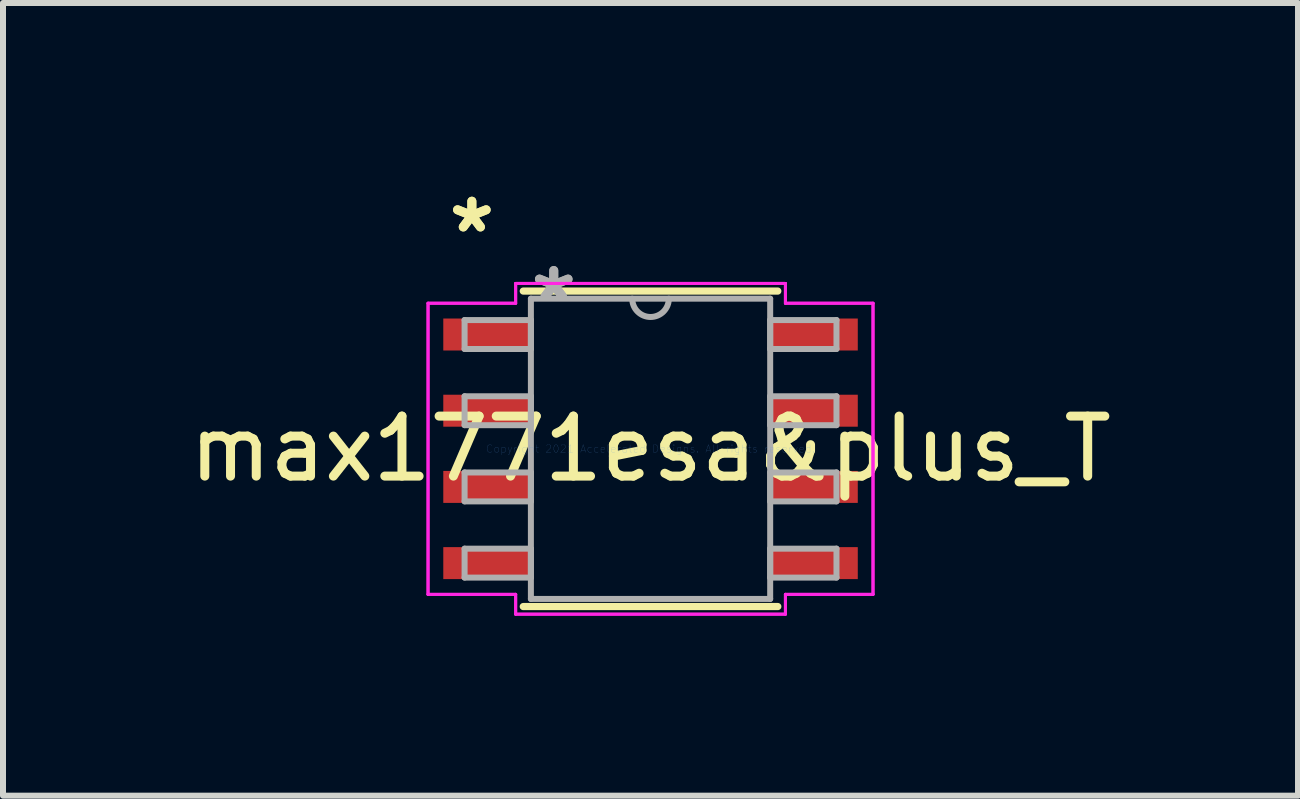
<source format=kicad_pcb>
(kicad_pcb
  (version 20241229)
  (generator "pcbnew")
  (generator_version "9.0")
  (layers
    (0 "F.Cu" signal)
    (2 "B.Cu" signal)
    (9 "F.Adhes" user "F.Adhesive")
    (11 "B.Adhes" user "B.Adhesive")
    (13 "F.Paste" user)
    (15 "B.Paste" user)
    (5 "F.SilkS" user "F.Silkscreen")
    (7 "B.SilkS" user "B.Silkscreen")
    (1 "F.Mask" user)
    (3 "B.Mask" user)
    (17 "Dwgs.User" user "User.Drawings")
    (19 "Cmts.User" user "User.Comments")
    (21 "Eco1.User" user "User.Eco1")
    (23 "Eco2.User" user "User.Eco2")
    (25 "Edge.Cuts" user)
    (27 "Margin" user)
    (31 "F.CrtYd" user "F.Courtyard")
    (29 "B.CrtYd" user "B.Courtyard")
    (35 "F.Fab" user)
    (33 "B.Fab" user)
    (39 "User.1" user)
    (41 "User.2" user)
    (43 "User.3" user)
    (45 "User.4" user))
  (footprint "max1771esa&plus_T"
    (layer "F.Cu")
    (at 7.792 4.43)
    (property "Reference" "max1771esa&plus_T" (at 0 0 0) (layer "F.SilkS") (effects (font (size 1 1) (thickness 0.15))))
    (attr through_hole)
    (fp_line (start -2.121 2.629) (end 2.121 2.629) (stroke (width 0.12) (type solid)) (layer "F.SilkS"))
    (fp_line (start 2.121 -2.629) (end -2.121 -2.629) (stroke (width 0.12) (type solid)) (layer "F.SilkS"))
    (fp_line (start -3.708 -2.426) (end -2.248 -2.426) (stroke (width 0.05) (type solid)) (layer "F.CrtYd"))
    (fp_line (start -3.708 -2.426) (end -2.248 -2.426) (stroke (width 0.05) (type solid)) (layer "F.CrtYd"))
    (fp_line (start -3.708 2.426) (end -3.708 -2.426) (stroke (width 0.05) (type solid)) (layer "F.CrtYd"))
    (fp_line (start -3.708 2.426) (end -3.708 -2.426) (stroke (width 0.05) (type solid)) (layer "F.CrtYd"))
    (fp_line (start -3.708 2.426) (end -2.248 2.426) (stroke (width 0.05) (type solid)) (layer "F.CrtYd"))
    (fp_line (start -2.248 -2.756) (end 2.248 -2.756) (stroke (width 0.05) (type solid)) (layer "F.CrtYd"))
    (fp_line (start -2.248 -2.756) (end 2.248 -2.756) (stroke (width 0.05) (type solid)) (layer "F.CrtYd"))
    (fp_line (start -2.248 -2.426) (end -2.248 -2.756) (stroke (width 0.05) (type solid)) (layer "F.CrtYd"))
    (fp_line (start -2.248 -2.426) (end -2.248 -2.756) (stroke (width 0.05) (type solid)) (layer "F.CrtYd"))
    (fp_line (start -2.248 2.426) (end -3.708 2.426) (stroke (width 0.05) (type solid)) (layer "F.CrtYd"))
    (fp_line (start -2.248 2.756) (end -2.248 2.426) (stroke (width 0.05) (type solid)) (layer "F.CrtYd"))
    (fp_line (start -2.248 2.756) (end -2.248 2.426) (stroke (width 0.05) (type solid)) (layer "F.CrtYd"))
    (fp_line (start 2.248 -2.756) (end 2.248 -2.426) (stroke (width 0.05) (type solid)) (layer "F.CrtYd"))
    (fp_line (start 2.248 -2.756) (end 2.248 -2.426) (stroke (width 0.05) (type solid)) (layer "F.CrtYd"))
    (fp_line (start 2.248 -2.426) (end 3.708 -2.426) (stroke (width 0.05) (type solid)) (layer "F.CrtYd"))
    (fp_line (start 2.248 2.426) (end 2.248 2.756) (stroke (width 0.05) (type solid)) (layer "F.CrtYd"))
    (fp_line (start 2.248 2.426) (end 2.248 2.756) (stroke (width 0.05) (type solid)) (layer "F.CrtYd"))
    (fp_line (start 2.248 2.756) (end -2.248 2.756) (stroke (width 0.05) (type solid)) (layer "F.CrtYd"))
    (fp_line (start 2.248 2.756) (end -2.248 2.756) (stroke (width 0.05) (type solid)) (layer "F.CrtYd"))
    (fp_line (start 3.708 -2.426) (end 2.248 -2.426) (stroke (width 0.05) (type solid)) (layer "F.CrtYd"))
    (fp_line (start 3.708 -2.426) (end 3.708 2.426) (stroke (width 0.05) (type solid)) (layer "F.CrtYd"))
    (fp_line (start 3.708 -2.426) (end 3.708 2.426) (stroke (width 0.05) (type solid)) (layer "F.CrtYd"))
    (fp_line (start 3.708 2.426) (end 2.248 2.426) (stroke (width 0.05) (type solid)) (layer "F.CrtYd"))
    (fp_line (start 3.708 2.426) (end 2.248 2.426) (stroke (width 0.05) (type solid)) (layer "F.CrtYd"))
    (fp_line (start -3.099 -2.146) (end -3.099 -1.664) (stroke (width 0.1) (type solid)) (layer "F.Fab"))
    (fp_line (start -3.099 -1.664) (end -1.994 -1.664) (stroke (width 0.1) (type solid)) (layer "F.Fab"))
    (fp_line (start -3.099 -0.876) (end -3.099 -0.394) (stroke (width 0.1) (type solid)) (layer "F.Fab"))
    (fp_line (start -3.099 -0.394) (end -1.994 -0.394) (stroke (width 0.1) (type solid)) (layer "F.Fab"))
    (fp_line (start -3.099 0.394) (end -3.099 0.876) (stroke (width 0.1) (type solid)) (layer "F.Fab"))
    (fp_line (start -3.099 0.876) (end -1.994 0.876) (stroke (width 0.1) (type solid)) (layer "F.Fab"))
    (fp_line (start -3.099 1.664) (end -3.099 2.146) (stroke (width 0.1) (type solid)) (layer "F.Fab"))
    (fp_line (start -3.099 2.146) (end -1.994 2.146) (stroke (width 0.1) (type solid)) (layer "F.Fab"))
    (fp_line (start -1.994 -2.502) (end -1.994 2.502) (stroke (width 0.1) (type solid)) (layer "F.Fab"))
    (fp_line (start -1.994 -2.146) (end -3.099 -2.146) (stroke (width 0.1) (type solid)) (layer "F.Fab"))
    (fp_line (start -1.994 -1.664) (end -1.994 -2.146) (stroke (width 0.1) (type solid)) (layer "F.Fab"))
    (fp_line (start -1.994 -0.876) (end -3.099 -0.876) (stroke (width 0.1) (type solid)) (layer "F.Fab"))
    (fp_line (start -1.994 -0.394) (end -1.994 -0.876) (stroke (width 0.1) (type solid)) (layer "F.Fab"))
    (fp_line (start -1.994 0.394) (end -3.099 0.394) (stroke (width 0.1) (type solid)) (layer "F.Fab"))
    (fp_line (start -1.994 0.876) (end -1.994 0.394) (stroke (width 0.1) (type solid)) (layer "F.Fab"))
    (fp_line (start -1.994 1.664) (end -3.099 1.664) (stroke (width 0.1) (type solid)) (layer "F.Fab"))
    (fp_line (start -1.994 2.146) (end -1.994 1.664) (stroke (width 0.1) (type solid)) (layer "F.Fab"))
    (fp_line (start -1.994 2.502) (end 1.994 2.502) (stroke (width 0.1) (type solid)) (layer "F.Fab"))
    (fp_line (start 1.994 -2.502) (end -1.994 -2.502) (stroke (width 0.1) (type solid)) (layer "F.Fab"))
    (fp_line (start 1.994 -2.146) (end 1.994 -1.664) (stroke (width 0.1) (type solid)) (layer "F.Fab"))
    (fp_line (start 1.994 -1.664) (end 3.099 -1.664) (stroke (width 0.1) (type solid)) (layer "F.Fab"))
    (fp_line (start 1.994 -0.876) (end 1.994 -0.394) (stroke (width 0.1) (type solid)) (layer "F.Fab"))
    (fp_line (start 1.994 -0.394) (end 3.099 -0.394) (stroke (width 0.1) (type solid)) (layer "F.Fab"))
    (fp_line (start 1.994 0.394) (end 1.994 0.876) (stroke (width 0.1) (type solid)) (layer "F.Fab"))
    (fp_line (start 1.994 0.876) (end 3.099 0.876) (stroke (width 0.1) (type solid)) (layer "F.Fab"))
    (fp_line (start 1.994 1.664) (end 1.994 2.146) (stroke (width 0.1) (type solid)) (layer "F.Fab"))
    (fp_line (start 1.994 2.146) (end 3.099 2.146) (stroke (width 0.1) (type solid)) (layer "F.Fab"))
    (fp_line (start 1.994 2.502) (end 1.994 -2.502) (stroke (width 0.1) (type solid)) (layer "F.Fab"))
    (fp_line (start 3.099 -2.146) (end 1.994 -2.146) (stroke (width 0.1) (type solid)) (layer "F.Fab"))
    (fp_line (start 3.099 -1.664) (end 3.099 -2.146) (stroke (width 0.1) (type solid)) (layer "F.Fab"))
    (fp_line (start 3.099 -0.876) (end 1.994 -0.876) (stroke (width 0.1) (type solid)) (layer "F.Fab"))
    (fp_line (start 3.099 -0.394) (end 3.099 -0.876) (stroke (width 0.1) (type solid)) (layer "F.Fab"))
    (fp_line (start 3.099 0.394) (end 1.994 0.394) (stroke (width 0.1) (type solid)) (layer "F.Fab"))
    (fp_line (start 3.099 0.876) (end 3.099 0.394) (stroke (width 0.1) (type solid)) (layer "F.Fab"))
    (fp_line (start 3.099 1.664) (end 1.994 1.664) (stroke (width 0.1) (type solid)) (layer "F.Fab"))
    (fp_line (start 3.099 2.146) (end 3.099 1.664) (stroke (width 0.1) (type solid)) (layer "F.Fab"))
    (fp_arc (start 0.3048 -2.5019) (mid 0 -2.1971) (end -0.3048 -2.5019) (stroke (width 0.1) (type solid)) (layer "F.Fab"))
    (fp_text user "*" (at -2.978 -3.581 0) (layer "F.SilkS") (effects (font (size 1 1) (thickness 0.15))))
    (fp_text user "*" (at -2.978 -3.581 0) (layer "F.SilkS") (effects (font (size 1 1) (thickness 0.15))))
    (fp_text user "Copyright 2021 Accelerated Designs. All rights reserved." (at 0 0 0) (layer "Cmts.User") (effects (font (size 0.127 0.127) (thickness 0.002))))
    (fp_text user "*" (at -1.613 -2.426 0) (layer "F.Fab") (effects (font (size 1 1) (thickness 0.15))))
    (fp_text user "*" (at -1.613 -2.426 0) (layer "F.Fab") (effects (font (size 1 1) (thickness 0.15))))
    (pad "1" smd rect (at -2.724 -1.905) (size 1.46 0.533) (layers "F.Cu" "F.Mask" "F.Paste"))
    (pad "2" smd rect (at -2.724 -0.635) (size 1.46 0.533) (layers "F.Cu" "F.Mask" "F.Paste"))
    (pad "3" smd rect (at -2.724 0.635) (size 1.46 0.533) (layers "F.Cu" "F.Mask" "F.Paste"))
    (pad "4" smd rect (at -2.724 1.905) (size 1.46 0.533) (layers "F.Cu" "F.Mask" "F.Paste"))
    (pad "5" smd rect (at 2.724 1.905) (size 1.46 0.533) (layers "F.Cu" "F.Mask" "F.Paste"))
    (pad "6" smd rect (at 2.724 0.635) (size 1.46 0.533) (layers "F.Cu" "F.Mask" "F.Paste"))
    (pad "7" smd rect (at 2.724 -0.635) (size 1.46 0.533) (layers "F.Cu" "F.Mask" "F.Paste"))
    (pad "8" smd rect (at 2.724 -1.905) (size 1.46 0.533) (layers "F.Cu" "F.Mask" "F.Paste")))
  (gr_rect
    (start -3 -3)
    (end 18.583 10.211)
    (stroke (width 0.1) (type default))
    (fill no)
    (layer "Edge.Cuts")))
</source>
